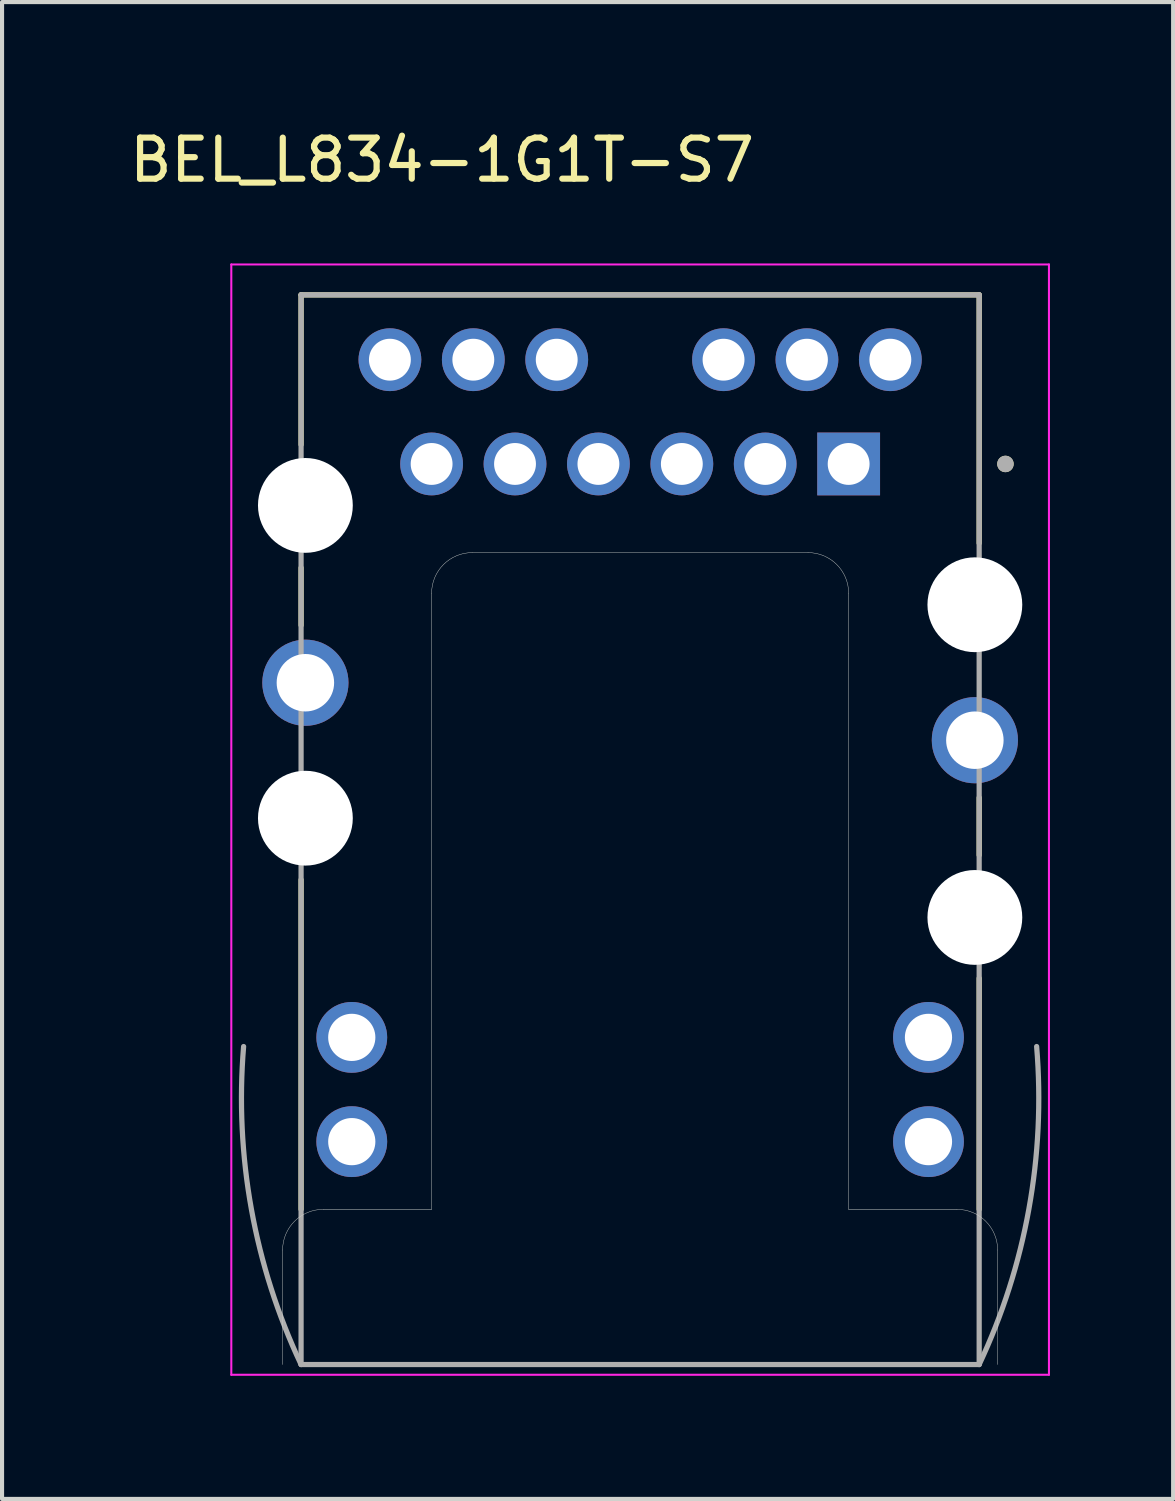
<source format=kicad_pcb>
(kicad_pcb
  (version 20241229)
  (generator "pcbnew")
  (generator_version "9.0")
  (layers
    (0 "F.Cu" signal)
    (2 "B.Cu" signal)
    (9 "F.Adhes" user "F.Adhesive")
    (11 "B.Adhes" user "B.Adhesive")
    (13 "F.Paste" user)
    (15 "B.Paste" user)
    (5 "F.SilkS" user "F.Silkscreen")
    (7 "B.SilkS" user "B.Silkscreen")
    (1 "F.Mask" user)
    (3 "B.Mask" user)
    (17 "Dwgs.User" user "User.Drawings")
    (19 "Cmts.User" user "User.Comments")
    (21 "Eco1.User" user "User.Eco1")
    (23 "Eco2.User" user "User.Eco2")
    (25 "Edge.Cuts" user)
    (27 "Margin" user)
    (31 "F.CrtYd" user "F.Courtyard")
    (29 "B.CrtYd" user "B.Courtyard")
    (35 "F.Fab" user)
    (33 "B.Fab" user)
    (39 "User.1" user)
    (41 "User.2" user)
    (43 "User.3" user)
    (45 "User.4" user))
  (footprint "BEL_L834-1G1T-S7"
    (layer "F.Cu")
    (at 12.545 14.983)
    (property "Reference" "BEL_L834-1G1T-S7" (at -4.825 -14.135 0) (layer "F.SilkS") (effects (font (size 1 1) (thickness 0.15))))
    (attr through_hole)
    (fp_line (start -8.26 -10.85) (end -8.26 -7.2) (stroke (width 0.127) (type solid)) (layer "F.SilkS"))
    (fp_line (start -8.26 -4.2) (end -8.26 -2.8) (stroke (width 0.127) (type solid)) (layer "F.SilkS"))
    (fp_line (start -8.26 3.4) (end -8.26 11.43) (stroke (width 0.127) (type solid)) (layer "F.SilkS"))
    (fp_line (start 8.26 -10.85) (end -8.26 -10.85) (stroke (width 0.127) (type solid)) (layer "F.SilkS"))
    (fp_line (start 8.26 -10.85) (end 8.26 -4.8) (stroke (width 0.127) (type solid)) (layer "F.SilkS"))
    (fp_line (start 8.26 1.4) (end 8.26 2.8) (stroke (width 0.127) (type solid)) (layer "F.SilkS"))
    (fp_line (start 8.26 5.8) (end 8.26 11.43) (stroke (width 0.127) (type solid)) (layer "F.SilkS"))
    (fp_circle (center 8.9 -6.73) (end 9 -6.73) (stroke (width 0.2) (type solid)) (fill no) (layer "F.SilkS"))
    (fp_line (start -8.71 15.21) (end -8.71 12.42) (stroke (width 0.01) (type solid)) (layer "Edge.Cuts"))
    (fp_line (start -7.72 11.43) (end -5.08 11.43) (stroke (width 0.01) (type solid)) (layer "Edge.Cuts"))
    (fp_line (start -5.08 11.43) (end -5.08 -3.58) (stroke (width 0.01) (type solid)) (layer "Edge.Cuts"))
    (fp_line (start -4.09 -4.57) (end 4.09 -4.57) (stroke (width 0.01) (type solid)) (layer "Edge.Cuts"))
    (fp_line (start 5.08 -3.58) (end 5.08 11.43) (stroke (width 0.01) (type solid)) (layer "Edge.Cuts"))
    (fp_line (start 5.08 11.43) (end 7.72 11.43) (stroke (width 0.01) (type solid)) (layer "Edge.Cuts"))
    (fp_line (start 8.71 12.42) (end 8.71 15.21) (stroke (width 0.01) (type solid)) (layer "Edge.Cuts"))
    (fp_arc (start -8.71 12.42) (mid -8.420036 11.719964) (end -7.72 11.43) (stroke (width 0.01) (type solid)) (layer "Edge.Cuts"))
    (fp_arc (start -5.08 -3.58) (mid -4.790036 -4.280036) (end -4.09 -4.57) (stroke (width 0.01) (type solid)) (layer "Edge.Cuts"))
    (fp_arc (start 4.09 -4.57) (mid 4.790036 -4.280036) (end 5.08 -3.58) (stroke (width 0.01) (type solid)) (layer "Edge.Cuts"))
    (fp_arc (start 7.72 11.43) (mid 8.420036 11.719964) (end 8.71 12.42) (stroke (width 0.01) (type solid)) (layer "Edge.Cuts"))
    (fp_line (start -9.96 -11.59) (end 9.96 -11.59) (stroke (width 0.05) (type solid)) (layer "F.CrtYd"))
    (fp_line (start -9.96 15.46) (end -9.96 -11.59) (stroke (width 0.05) (type solid)) (layer "F.CrtYd"))
    (fp_line (start 9.96 -11.59) (end 9.96 15.46) (stroke (width 0.05) (type solid)) (layer "F.CrtYd"))
    (fp_line (start 9.96 15.46) (end -9.96 15.46) (stroke (width 0.05) (type solid)) (layer "F.CrtYd"))
    (fp_line (start -8.26 -10.85) (end -8.26 15.21) (stroke (width 0.127) (type solid)) (layer "F.Fab"))
    (fp_line (start -8.26 15.21) (end 8.26 15.21) (stroke (width 0.127) (type solid)) (layer "F.Fab"))
    (fp_line (start 8.26 -10.85) (end -8.26 -10.85) (stroke (width 0.127) (type solid)) (layer "F.Fab"))
    (fp_line (start 8.26 15.21) (end 8.26 -10.85) (stroke (width 0.127) (type solid)) (layer "F.Fab"))
    (fp_arc (start -8.26 15.21) (mid -9.469956 11.428657) (end -9.66 7.463) (stroke (width 0.127) (type solid)) (layer "F.Fab"))
    (fp_arc (start 9.66 7.463) (mid 9.469956 11.428657) (end 8.26 15.21) (stroke (width 0.127) (type solid)) (layer "F.Fab"))
    (fp_circle (center 8.9 -6.73) (end 9 -6.73) (stroke (width 0.2) (type solid)) (fill no) (layer "F.Fab"))
    (pad "" np_thru_hole circle (at -8.155 -5.72) (size 2.31 2.31) (drill 2.31) (layers "*.Cu" "*.Mask"))
    (pad "" np_thru_hole circle (at -8.155 1.9) (size 2.31 2.31) (drill 2.31) (layers "*.Cu" "*.Mask"))
    (pad "" np_thru_hole circle (at 8.155 -3.3) (size 2.31 2.31) (drill 2.31) (layers "*.Cu" "*.Mask"))
    (pad "" np_thru_hole circle (at 8.155 4.318) (size 2.31 2.31) (drill 2.31) (layers "*.Cu" "*.Mask"))
    (pad "1" thru_hole rect (at 5.08 -6.73) (size 1.53 1.53) (drill 1.02) (layers "*.Cu" "*.Mask"))
    (pad "2" thru_hole circle (at 3.048 -6.73) (size 1.53 1.53) (drill 1.02) (layers "*.Cu" "*.Mask"))
    (pad "3" thru_hole circle (at 1.016 -6.73) (size 1.53 1.53) (drill 1.02) (layers "*.Cu" "*.Mask"))
    (pad "4" thru_hole circle (at -1.016 -6.73) (size 1.53 1.53) (drill 1.02) (layers "*.Cu" "*.Mask"))
    (pad "5" thru_hole circle (at -3.048 -6.73) (size 1.53 1.53) (drill 1.02) (layers "*.Cu" "*.Mask"))
    (pad "6" thru_hole circle (at -5.08 -6.73) (size 1.53 1.53) (drill 1.02) (layers "*.Cu" "*.Mask"))
    (pad "7" thru_hole circle (at 6.096 -9.27) (size 1.53 1.53) (drill 1.02) (layers "*.Cu" "*.Mask"))
    (pad "8" thru_hole circle (at 4.064 -9.27) (size 1.53 1.53) (drill 1.02) (layers "*.Cu" "*.Mask"))
    (pad "9" thru_hole circle (at 2.032 -9.27) (size 1.53 1.53) (drill 1.02) (layers "*.Cu" "*.Mask"))
    (pad "10" thru_hole circle (at -2.032 -9.27) (size 1.53 1.53) (drill 1.02) (layers "*.Cu" "*.Mask"))
    (pad "11" thru_hole circle (at -4.064 -9.27) (size 1.53 1.53) (drill 1.02) (layers "*.Cu" "*.Mask"))
    (pad "12" thru_hole circle (at -6.096 -9.27) (size 1.53 1.53) (drill 1.02) (layers "*.Cu" "*.Mask"))
    (pad "13" thru_hole circle (at 7.025 7.24) (size 1.725 1.725) (drill 1.15) (layers "*.Cu" "*.Mask"))
    (pad "14" thru_hole circle (at 7.025 9.78) (size 1.725 1.725) (drill 1.15) (layers "*.Cu" "*.Mask"))
    (pad "15" thru_hole circle (at -7.025 7.24) (size 1.725 1.725) (drill 1.15) (layers "*.Cu" "*.Mask"))
    (pad "16" thru_hole circle (at -7.025 9.78) (size 1.725 1.725) (drill 1.15) (layers "*.Cu" "*.Mask"))
    (pad "S1" thru_hole circle (at -8.155 -1.4) (size 2.1 2.1) (drill 1.4) (layers "*.Cu" "*.Mask"))
    (pad "S2" thru_hole circle (at 8.155 0) (size 2.1 2.1) (drill 1.4) (layers "*.Cu" "*.Mask"))
    (zone (net_name "") (layer "F.Cu") (hatch full 0.508) (connect_pads) (min_thickness 0.01) (filled_areas_thickness no) (keepout (tracks not_allowed) (vias not_allowed) (pads not_allowed) (copperpour not_allowed) (footprints allowed)) (placement (enabled no)) (fill) (polygon (pts (xy 3.53 5.383) (xy 5.915 5.383) (xy 5.915 7.923) (xy 3.53 7.923))))
    (zone (net_name "") (layer "F.Cu") (hatch full 0.508) (connect_pads) (min_thickness 0.01) (filled_areas_thickness no) (keepout (tracks not_allowed) (vias not_allowed) (pads not_allowed) (copperpour not_allowed) (footprints allowed)) (placement (enabled no)) (fill) (polygon (pts (xy 10.765 3.393) (xy 14.325 3.393) (xy 14.325 6.903) (xy 10.765 6.903))))
    (zone (net_name "") (layer "F.Cu") (hatch full 0.508) (connect_pads) (min_thickness 0.01) (filled_areas_thickness no) (keepout (tracks not_allowed) (vias not_allowed) (pads not_allowed) (copperpour not_allowed) (footprints allowed)) (placement (enabled no)) (fill) (polygon (pts (xy 19.175 5.383) (xy 21.56 5.383) (xy 21.56 7.923) (xy 19.175 7.923))))
    (zone (net_name "") (layers "F.Cu" "B.Cu") (hatch full 0.508) (connect_pads) (min_thickness 0.01) (filled_areas_thickness no) (keepout (tracks allowed) (vias not_allowed) (pads allowed) (copperpour allowed) (footprints allowed)) (placement (enabled no)) (fill) (polygon (pts (xy 3.53 5.383) (xy 5.915 5.383) (xy 5.915 7.923) (xy 3.53 7.923))))
    (zone (net_name "") (layers "F.Cu" "B.Cu") (hatch full 0.508) (connect_pads) (min_thickness 0.01) (filled_areas_thickness no) (keepout (tracks allowed) (vias not_allowed) (pads allowed) (copperpour allowed) (footprints allowed)) (placement (enabled no)) (fill) (polygon (pts (xy 10.765 3.393) (xy 14.325 3.393) (xy 14.325 6.903) (xy 10.765 6.903))))
    (zone (net_name "") (layers "F.Cu" "B.Cu") (hatch full 0.508) (connect_pads) (min_thickness 0.01) (filled_areas_thickness no) (keepout (tracks allowed) (vias not_allowed) (pads allowed) (copperpour allowed) (footprints allowed)) (placement (enabled no)) (fill) (polygon (pts (xy 19.175 5.383) (xy 21.56 5.383) (xy 21.56 7.923) (xy 19.175 7.923)))))
  (gr_rect
    (start -3 -3)
    (end 25.53 33.468)
    (stroke (width 0.1) (type default))
    (fill no)
    (layer "Edge.Cuts")))
</source>
